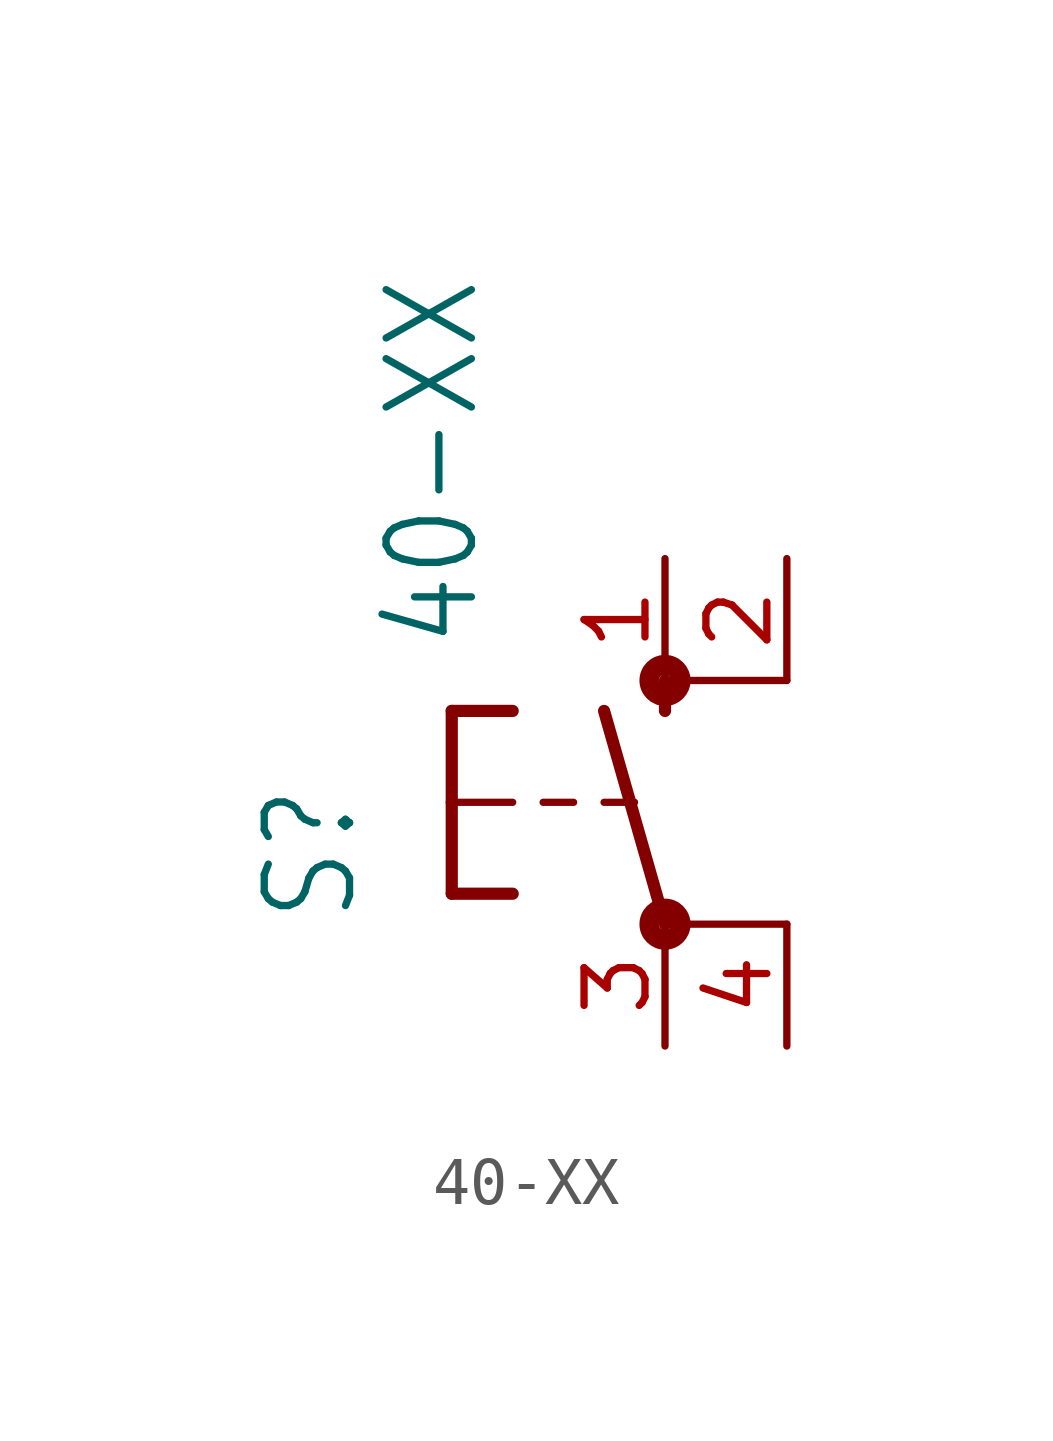
<source format=kicad_sym>
(kicad_symbol_lib
  (version 20211014)
  (generator kicad_symbol_editor)
  (symbol "40-XX"
    (property "Reference" "S"
      (at -6.35 -2.54 90)
      (effects (font (size 1.778 1.511)) (justify left bottom)))
    (property "Value" "40-XX"
      (at -3.81 3.175 90)
      (effects (font (size 1.778 1.511)) (justify left bottom)))
    (property "ki_locked" ""
      (at 0 0 0)
      (effects (font (size 1.27 1.27))))
    (symbol "40-XX_1_0"
      (circle (center 0 -2.54) (radius 0.127) (stroke (width 0.406) (type default) (color 0 0 0 0)) (fill (type none)))
      (polyline (pts (xy -4.445 -1.905) (xy -3.175 -1.905)) (stroke (width 0.254) (type default) (color 0 0 0 0)) (fill (type none)))
      (polyline (pts (xy -4.445 0) (xy -4.445 -1.905)) (stroke (width 0.254) (type default) (color 0 0 0 0)) (fill (type none)))
      (polyline (pts (xy -4.445 0) (xy -3.175 0)) (stroke (width 0.152) (type default) (color 0 0 0 0)) (fill (type none)))
      (polyline (pts (xy -4.445 1.905) (xy -4.445 0)) (stroke (width 0.254) (type default) (color 0 0 0 0)) (fill (type none)))
      (polyline (pts (xy -4.445 1.905) (xy -3.175 1.905)) (stroke (width 0.254) (type default) (color 0 0 0 0)) (fill (type none)))
      (polyline (pts (xy -2.54 0) (xy -1.905 0)) (stroke (width 0.152) (type default) (color 0 0 0 0)) (fill (type none)))
      (polyline (pts (xy -1.27 0) (xy -0.635 0)) (stroke (width 0.152) (type default) (color 0 0 0 0)) (fill (type none)))
      (polyline (pts (xy 0 -2.54) (xy -1.27 1.905)) (stroke (width 0.254) (type default) (color 0 0 0 0)) (fill (type none)))
      (polyline (pts (xy 0 1.905) (xy 0 2.54)) (stroke (width 0.254) (type default) (color 0 0 0 0)) (fill (type none)))
      (polyline (pts (xy 2.54 -2.54) (xy 0 -2.54)) (stroke (width 0.152) (type default) (color 0 0 0 0)) (fill (type none)))
      (polyline (pts (xy 2.54 2.54) (xy 0 2.54)) (stroke (width 0.152) (type default) (color 0 0 0 0)) (fill (type none)))
      (circle (center 0 2.54) (radius 0.127) (stroke (width 0.406) (type default) (color 0 0 0 0)) (fill (type none)))
      (pin passive line (at 0 5.08 270) (length 2.54) (name "S" (effects (font (size 0 0)))) (number "1" (effects (font (size 1.27 1.27)))))
      (pin passive line (at 2.54 5.08 270) (length 2.54) (name "S1" (effects (font (size 0 0)))) (number "2" (effects (font (size 1.27 1.27)))))
      (pin passive line (at 0 -5.08 90) (length 2.54) (name "P" (effects (font (size 0 0)))) (number "3" (effects (font (size 1.27 1.27)))))
      (pin passive line (at 2.54 -5.08 90) (length 2.54) (name "P1" (effects (font (size 0 0)))) (number "4" (effects (font (size 1.27 1.27))))))))
</source>
